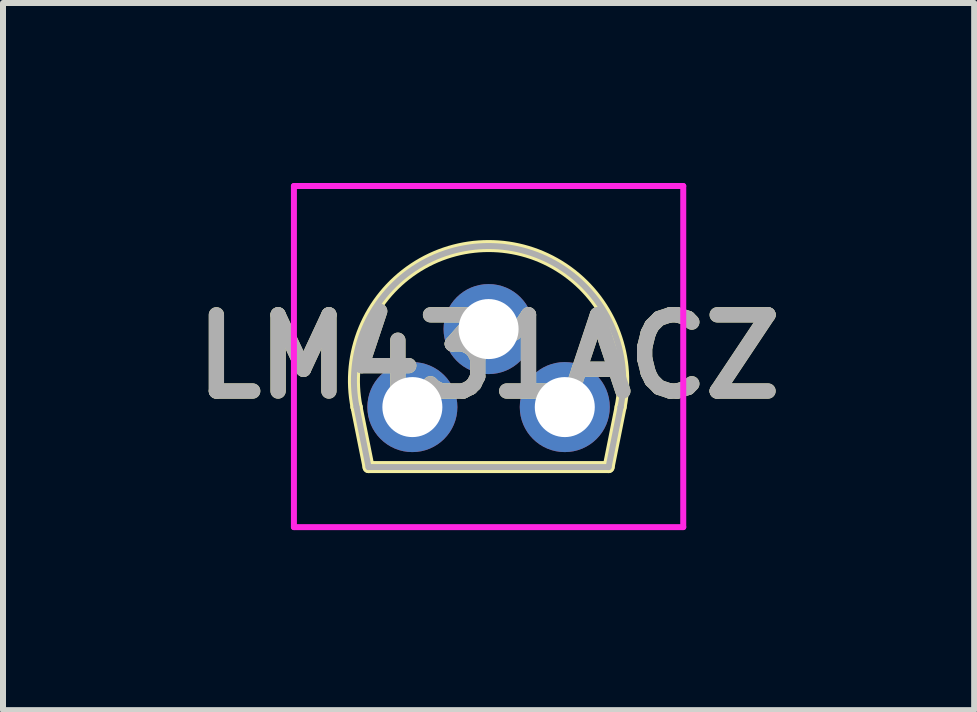
<source format=kicad_pcb>
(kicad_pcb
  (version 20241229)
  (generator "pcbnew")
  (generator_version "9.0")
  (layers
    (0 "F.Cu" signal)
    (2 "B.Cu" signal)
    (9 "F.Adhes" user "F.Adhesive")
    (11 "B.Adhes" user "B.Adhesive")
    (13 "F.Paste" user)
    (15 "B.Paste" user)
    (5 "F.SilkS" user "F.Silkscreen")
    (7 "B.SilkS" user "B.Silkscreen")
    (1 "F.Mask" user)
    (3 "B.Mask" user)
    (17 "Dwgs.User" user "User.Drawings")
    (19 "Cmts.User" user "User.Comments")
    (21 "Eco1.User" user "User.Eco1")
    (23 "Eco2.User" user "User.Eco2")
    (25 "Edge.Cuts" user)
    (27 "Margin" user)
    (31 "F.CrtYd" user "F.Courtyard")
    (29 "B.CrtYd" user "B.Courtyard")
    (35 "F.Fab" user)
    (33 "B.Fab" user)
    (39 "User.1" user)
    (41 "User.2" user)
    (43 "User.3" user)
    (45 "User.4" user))
  (footprint "LM431ACZ"
    (layer "F.Cu")
    (at 3.822 3.734)
    (property "Reference" "LM431ACZ" (at 1.27 -0.842 0) (layer "F.SilkS") (effects (font (size 1.27 1.27) (thickness 0.254))))
    (attr through_hole)
    (fp_line (start -0.93 0) (end -0.93 0) (stroke (width 0.2) (type solid)) (layer "F.SilkS"))
    (fp_line (start -0.73 1) (end -0.93 0) (stroke (width 0.2) (type solid)) (layer "F.SilkS"))
    (fp_line (start 3.27 1) (end -0.73 1) (stroke (width 0.2) (type solid)) (layer "F.SilkS"))
    (fp_line (start 3.47 0) (end 3.27 1) (stroke (width 0.2) (type solid)) (layer "F.SilkS"))
    (fp_arc (start -0.93 0) (mid 1.269611 -2.683569) (end 3.470152 -0.000763) (stroke (width 0.2) (type solid)) (layer "F.SilkS"))
    (fp_line (start -1.974 -3.684) (end 4.514 -3.684) (stroke (width 0.1) (type solid)) (layer "F.CrtYd"))
    (fp_line (start -1.974 2) (end -1.974 -3.684) (stroke (width 0.1) (type solid)) (layer "F.CrtYd"))
    (fp_line (start 4.514 -3.684) (end 4.514 2) (stroke (width 0.1) (type solid)) (layer "F.CrtYd"))
    (fp_line (start 4.514 2) (end -1.974 2) (stroke (width 0.1) (type solid)) (layer "F.CrtYd"))
    (fp_line (start -0.93 0) (end -0.73 1) (stroke (width 0.1) (type solid)) (layer "F.Fab"))
    (fp_line (start -0.73 1) (end 3.27 1) (stroke (width 0.1) (type solid)) (layer "F.Fab"))
    (fp_line (start 3.27 1) (end 3.47 0) (stroke (width 0.1) (type solid)) (layer "F.Fab"))
    (fp_line (start 3.47 0) (end 3.47 0) (stroke (width 0.1) (type solid)) (layer "F.Fab"))
    (fp_arc (start -0.930152 -0.000763) (mid 1.270389 -2.683568) (end 3.47 0) (stroke (width 0.1) (type solid)) (layer "F.Fab"))
    (fp_text user "${REFERENCE}" (at 1.27 -0.842 0) (layer "F.Fab") (effects (font (size 1.27 1.27) (thickness 0.254))))
    (pad "1" thru_hole circle (at 0 0) (size 1.5 1.5) (drill 1) (layers "*.Cu" "*.Mask"))
    (pad "2" thru_hole circle (at 1.27 -1.3) (size 1.5 1.5) (drill 1) (layers "*.Cu" "*.Mask"))
    (pad "3" thru_hole circle (at 2.54 0) (size 1.5 1.5) (drill 1) (layers "*.Cu" "*.Mask")))
  (gr_rect
    (start -3 -3)
    (end 13.184 8.784)
    (stroke (width 0.1) (type default))
    (fill no)
    (layer "Edge.Cuts")))
</source>
